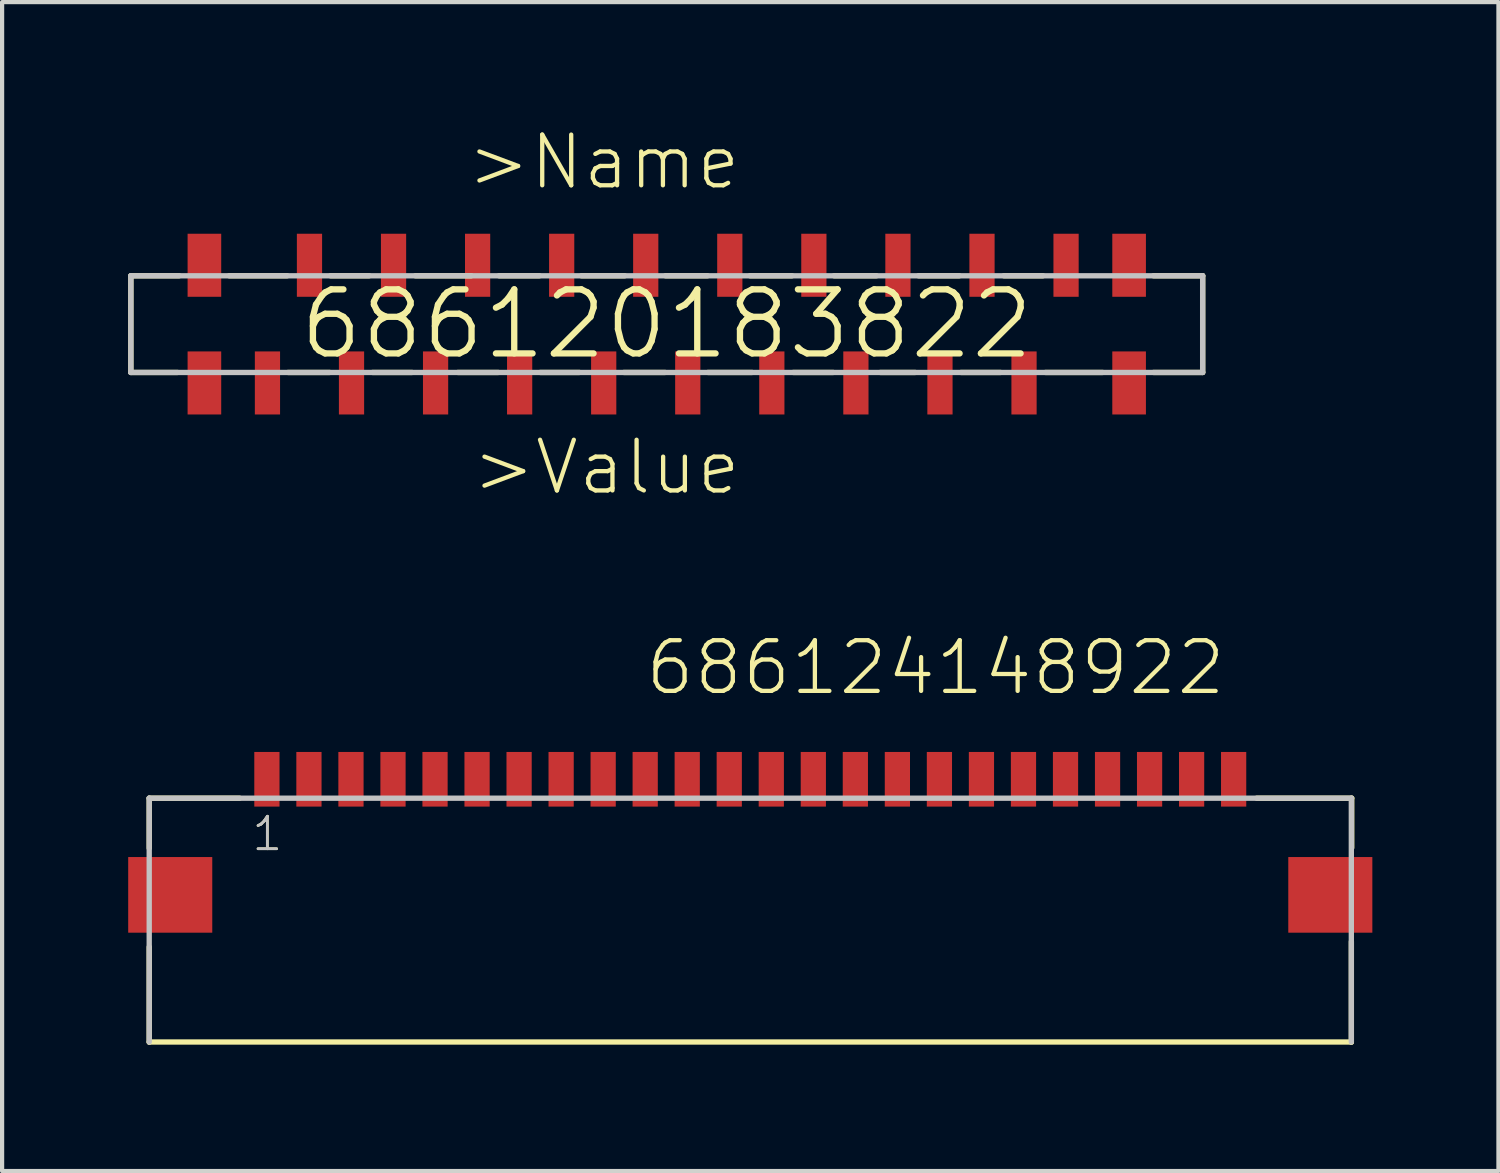
<source format=kicad_pcb>
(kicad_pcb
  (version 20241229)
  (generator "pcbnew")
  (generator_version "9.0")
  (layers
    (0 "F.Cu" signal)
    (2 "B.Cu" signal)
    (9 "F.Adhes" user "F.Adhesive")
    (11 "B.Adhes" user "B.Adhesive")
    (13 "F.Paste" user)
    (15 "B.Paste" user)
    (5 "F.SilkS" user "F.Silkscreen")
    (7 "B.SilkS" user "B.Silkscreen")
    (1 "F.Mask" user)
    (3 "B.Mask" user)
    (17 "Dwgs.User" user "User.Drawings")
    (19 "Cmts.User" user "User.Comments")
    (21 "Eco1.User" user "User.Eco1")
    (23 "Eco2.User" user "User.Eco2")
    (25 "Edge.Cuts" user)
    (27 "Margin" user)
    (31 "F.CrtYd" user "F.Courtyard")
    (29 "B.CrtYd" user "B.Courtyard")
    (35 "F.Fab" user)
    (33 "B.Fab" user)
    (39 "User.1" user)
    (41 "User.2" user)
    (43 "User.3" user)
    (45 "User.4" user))
  (footprint "686124148922"
    (layer "F.Cu")
    (at 14.8 18.24)
    (property "Reference" "686124148922" (at -2.55 -4.7 0) (layer "F.SilkS") (effects (font (size 1.206 1.206) (thickness 0.102)) (justify left bottom)))
    (attr through_hole)
    (fp_line (start -14.3 -2.3) (end -14.3 -1.11) (stroke (width 0.127) (type solid)) (layer "F.SilkS"))
    (fp_line (start -14.3 1.24) (end -14.3 3.505) (stroke (width 0.127) (type solid)) (layer "F.SilkS"))
    (fp_line (start -12.15 -2.3) (end -14.3 -2.3) (stroke (width 0.127) (type solid)) (layer "F.SilkS"))
    (fp_line (start 12.05 -2.3) (end 14.31 -2.3) (stroke (width 0.127) (type solid)) (layer "F.SilkS"))
    (fp_line (start 14.3 3.5) (end -14.3 3.5) (stroke (width 0.127) (type solid)) (layer "F.SilkS"))
    (fp_line (start 14.301 1.11) (end 14.301 3.507) (stroke (width 0.127) (type solid)) (layer "F.SilkS"))
    (fp_line (start 14.31 -2.3) (end 14.31 -1.12) (stroke (width 0.127) (type solid)) (layer "F.SilkS"))
    (fp_line (start -14.3 -2.3) (end 14.3 -2.3) (stroke (width 0.127) (type solid)) (layer "Dwgs.User"))
    (fp_line (start -14.3 3.5) (end -14.3 -2.3) (stroke (width 0.127) (type solid)) (layer "Dwgs.User"))
    (fp_line (start 14.3 -2.3) (end 14.3 3.5) (stroke (width 0.127) (type solid)) (layer "Dwgs.User"))
    (fp_text user "1" (at -11.9 -1 0) (layer "F.SilkS") (effects (font (size 0.772 0.772) (thickness 0.065)) (justify left bottom)))
    (fp_text user "1" (at -11.9 -1 0) (layer "Dwgs.User") (effects (font (size 0.772 0.772) (thickness 0.065)) (justify left bottom)))
    (pad "1" smd rect (at -11.5 -2.75) (size 0.6 1.3) (layers "F.Cu" "F.Mask" "F.Paste"))
    (pad "2" smd rect (at -10.5 -2.75) (size 0.6 1.3) (layers "F.Cu" "F.Mask" "F.Paste"))
    (pad "3" smd rect (at -9.5 -2.75) (size 0.6 1.3) (layers "F.Cu" "F.Mask" "F.Paste"))
    (pad "4" smd rect (at -8.5 -2.75) (size 0.6 1.3) (layers "F.Cu" "F.Mask" "F.Paste"))
    (pad "5" smd rect (at -7.5 -2.75) (size 0.6 1.3) (layers "F.Cu" "F.Mask" "F.Paste"))
    (pad "6" smd rect (at -6.5 -2.75) (size 0.6 1.3) (layers "F.Cu" "F.Mask" "F.Paste"))
    (pad "7" smd rect (at -5.5 -2.75) (size 0.6 1.3) (layers "F.Cu" "F.Mask" "F.Paste"))
    (pad "8" smd rect (at -4.5 -2.75) (size 0.6 1.3) (layers "F.Cu" "F.Mask" "F.Paste"))
    (pad "9" smd rect (at -3.5 -2.75) (size 0.6 1.3) (layers "F.Cu" "F.Mask" "F.Paste"))
    (pad "10" smd rect (at -2.5 -2.75) (size 0.6 1.3) (layers "F.Cu" "F.Mask" "F.Paste"))
    (pad "11" smd rect (at -1.5 -2.75) (size 0.6 1.3) (layers "F.Cu" "F.Mask" "F.Paste"))
    (pad "12" smd rect (at -0.5 -2.75) (size 0.6 1.3) (layers "F.Cu" "F.Mask" "F.Paste"))
    (pad "13" smd rect (at 0.5 -2.75) (size 0.6 1.3) (layers "F.Cu" "F.Mask" "F.Paste"))
    (pad "14" smd rect (at 1.5 -2.75) (size 0.6 1.3) (layers "F.Cu" "F.Mask" "F.Paste"))
    (pad "15" smd rect (at 2.5 -2.75) (size 0.6 1.3) (layers "F.Cu" "F.Mask" "F.Paste"))
    (pad "16" smd rect (at 3.5 -2.75) (size 0.6 1.3) (layers "F.Cu" "F.Mask" "F.Paste"))
    (pad "17" smd rect (at 4.5 -2.75) (size 0.6 1.3) (layers "F.Cu" "F.Mask" "F.Paste"))
    (pad "18" smd rect (at 5.5 -2.75) (size 0.6 1.3) (layers "F.Cu" "F.Mask" "F.Paste"))
    (pad "19" smd rect (at 6.5 -2.75) (size 0.6 1.3) (layers "F.Cu" "F.Mask" "F.Paste"))
    (pad "20" smd rect (at 7.5 -2.75) (size 0.6 1.3) (layers "F.Cu" "F.Mask" "F.Paste"))
    (pad "21" smd rect (at 8.5 -2.75) (size 0.6 1.3) (layers "F.Cu" "F.Mask" "F.Paste"))
    (pad "22" smd rect (at 9.5 -2.75) (size 0.6 1.3) (layers "F.Cu" "F.Mask" "F.Paste"))
    (pad "23" smd rect (at 10.5 -2.75) (size 0.6 1.3) (layers "F.Cu" "F.Mask" "F.Paste"))
    (pad "24" smd rect (at 11.5 -2.75) (size 0.6 1.3) (layers "F.Cu" "F.Mask" "F.Paste"))
    (pad "Z1" smd rect (at -13.8 0) (size 2 1.8) (layers "F.Cu" "F.Mask" "F.Paste"))
    (pad "Z2" smd rect (at 13.8 0) (size 2 1.8) (layers "F.Cu" "F.Mask" "F.Paste")))
  (footprint "686120183822"
    (layer "F.Cu")
    (at 12.813 4.661)
    (property "Reference" "686120183822" (at 0 0 0) (layer "F.SilkS") (effects (font (size 1.524 1.524) (thickness 0.15))))
    (attr through_hole)
    (fp_line (start -12.75 -1.15) (end -12.75 1.15) (stroke (width 0.127) (type solid)) (layer "F.SilkS"))
    (fp_line (start -12.75 1.15) (end -11.64 1.15) (stroke (width 0.127) (type solid)) (layer "F.SilkS"))
    (fp_line (start -11.6 -1.15) (end -12.75 -1.15) (stroke (width 0.127) (type solid)) (layer "F.SilkS"))
    (fp_line (start -10.41 -1.15) (end -9.03 -1.15) (stroke (width 0.127) (type solid)) (layer "F.SilkS"))
    (fp_line (start -9.01 1.15) (end -8.02 1.15) (stroke (width 0.127) (type solid)) (layer "F.SilkS"))
    (fp_line (start -8 -1.15) (end -7.08 -1.15) (stroke (width 0.127) (type solid)) (layer "F.SilkS"))
    (fp_line (start -7 1.15) (end -6.06 1.15) (stroke (width 0.127) (type solid)) (layer "F.SilkS"))
    (fp_line (start -5.98 -1.15) (end -4.65 -1.15) (stroke (width 0.127) (type solid)) (layer "F.SilkS"))
    (fp_line (start -4.97 1.15) (end -4.01 1.15) (stroke (width 0.127) (type solid)) (layer "F.SilkS"))
    (fp_line (start -3.99 -1.15) (end -3.03 -1.15) (stroke (width 0.127) (type solid)) (layer "F.SilkS"))
    (fp_line (start -3.01 1.15) (end -2.08 1.15) (stroke (width 0.127) (type solid)) (layer "F.SilkS"))
    (fp_line (start -2.03 -1.15) (end -1 -1.15) (stroke (width 0.127) (type solid)) (layer "F.SilkS"))
    (fp_line (start -1.02 1.15) (end -0.04 1.15) (stroke (width 0.127) (type solid)) (layer "F.SilkS"))
    (fp_line (start -0.03 -1.15) (end 0.97 -1.15) (stroke (width 0.127) (type solid)) (layer "F.SilkS"))
    (fp_line (start 0.98 1.15) (end 2.03 1.15) (stroke (width 0.127) (type solid)) (layer "F.SilkS"))
    (fp_line (start 1.98 -1.15) (end 2.98 -1.15) (stroke (width 0.127) (type solid)) (layer "F.SilkS"))
    (fp_line (start 3.01 1.15) (end 3.96 1.15) (stroke (width 0.127) (type solid)) (layer "F.SilkS"))
    (fp_line (start 3.98 -1.15) (end 4.99 -1.15) (stroke (width 0.127) (type solid)) (layer "F.SilkS"))
    (fp_line (start 5.08 1.15) (end 5.91 1.15) (stroke (width 0.127) (type solid)) (layer "F.SilkS"))
    (fp_line (start 5.99 -1.15) (end 6.96 -1.15) (stroke (width 0.127) (type solid)) (layer "F.SilkS"))
    (fp_line (start 7 1.15) (end 7.94 1.15) (stroke (width 0.127) (type solid)) (layer "F.SilkS"))
    (fp_line (start 8.02 -1.15) (end 8.95 -1.15) (stroke (width 0.127) (type solid)) (layer "F.SilkS"))
    (fp_line (start 9.01 1.15) (end 10.37 1.15) (stroke (width 0.127) (type solid)) (layer "F.SilkS"))
    (fp_line (start 11.58 -1.15) (end 12.75 -1.15) (stroke (width 0.127) (type solid)) (layer "F.SilkS"))
    (fp_line (start 11.58 1.15) (end 12.75 1.15) (stroke (width 0.127) (type solid)) (layer "F.SilkS"))
    (fp_line (start 12.75 -1.15) (end 12.75 1.15) (stroke (width 0.127) (type solid)) (layer "F.SilkS"))
    (fp_line (start -12.75 -1.15) (end 12.75 -1.15) (stroke (width 0.127) (type solid)) (layer "Dwgs.User"))
    (fp_line (start -12.75 1.15) (end -12.75 -1.15) (stroke (width 0.127) (type solid)) (layer "Dwgs.User"))
    (fp_line (start 12.75 -1.15) (end 12.75 1.15) (stroke (width 0.127) (type solid)) (layer "Dwgs.User"))
    (fp_line (start 12.75 1.15) (end -12.75 1.15) (stroke (width 0.127) (type solid)) (layer "Dwgs.User"))
    (fp_text user ">Name" (at -4.81 -3.15 0) (layer "F.SilkS") (effects (font (size 1.206 1.206) (thickness 0.102)) (justify left bottom)))
    (fp_text user ">Value" (at -4.69 4.11 0) (layer "F.SilkS") (effects (font (size 1.206 1.206) (thickness 0.102)) (justify left bottom)))
    (pad "1" smd rect (at -9.5 1.4 90) (size 1.5 0.6) (layers "F.Cu" "F.Mask" "F.Paste"))
    (pad "2" smd rect (at -8.5 -1.4 90) (size 1.5 0.6) (layers "F.Cu" "F.Mask" "F.Paste"))
    (pad "3" smd rect (at -7.5 1.4 90) (size 1.5 0.6) (layers "F.Cu" "F.Mask" "F.Paste"))
    (pad "4" smd rect (at -6.5 -1.4 90) (size 1.5 0.6) (layers "F.Cu" "F.Mask" "F.Paste"))
    (pad "5" smd rect (at -5.5 1.4 90) (size 1.5 0.6) (layers "F.Cu" "F.Mask" "F.Paste"))
    (pad "6" smd rect (at -4.5 -1.4 90) (size 1.5 0.6) (layers "F.Cu" "F.Mask" "F.Paste"))
    (pad "7" smd rect (at -3.5 1.4 90) (size 1.5 0.6) (layers "F.Cu" "F.Mask" "F.Paste"))
    (pad "8" smd rect (at -2.5 -1.4 90) (size 1.5 0.6) (layers "F.Cu" "F.Mask" "F.Paste"))
    (pad "9" smd rect (at -1.5 1.4 90) (size 1.5 0.6) (layers "F.Cu" "F.Mask" "F.Paste"))
    (pad "10" smd rect (at -0.5 -1.4 90) (size 1.5 0.6) (layers "F.Cu" "F.Mask" "F.Paste"))
    (pad "11" smd rect (at 0.5 1.4 90) (size 1.5 0.6) (layers "F.Cu" "F.Mask" "F.Paste"))
    (pad "12" smd rect (at 1.5 -1.4 90) (size 1.5 0.6) (layers "F.Cu" "F.Mask" "F.Paste"))
    (pad "13" smd rect (at 2.5 1.4 90) (size 1.5 0.6) (layers "F.Cu" "F.Mask" "F.Paste"))
    (pad "14" smd rect (at 3.5 -1.4 90) (size 1.5 0.6) (layers "F.Cu" "F.Mask" "F.Paste"))
    (pad "15" smd rect (at 4.5 1.4 90) (size 1.5 0.6) (layers "F.Cu" "F.Mask" "F.Paste"))
    (pad "16" smd rect (at 5.5 -1.4 90) (size 1.5 0.6) (layers "F.Cu" "F.Mask" "F.Paste"))
    (pad "17" smd rect (at 6.5 1.4 90) (size 1.5 0.6) (layers "F.Cu" "F.Mask" "F.Paste"))
    (pad "18" smd rect (at 7.5 -1.4 90) (size 1.5 0.6) (layers "F.Cu" "F.Mask" "F.Paste"))
    (pad "19" smd rect (at 8.5 1.4 90) (size 1.5 0.6) (layers "F.Cu" "F.Mask" "F.Paste"))
    (pad "20" smd rect (at 9.5 -1.4 90) (size 1.5 0.6) (layers "F.Cu" "F.Mask" "F.Paste"))
    (pad "Z1" smd rect (at -11 1.4 90) (size 1.5 0.8) (layers "F.Cu" "F.Mask" "F.Paste"))
    (pad "Z2" smd rect (at 11 1.4 90) (size 1.5 0.8) (layers "F.Cu" "F.Mask" "F.Paste"))
    (pad "Z3" smd rect (at 11 -1.4 90) (size 1.5 0.8) (layers "F.Cu" "F.Mask" "F.Paste"))
    (pad "Z4" smd rect (at -11 -1.4 90) (size 1.5 0.8) (layers "F.Cu" "F.Mask" "F.Paste")))
  (gr_rect
    (start -3 -3)
    (end 32.6 24.81)
    (stroke (width 0.1) (type default))
    (fill no)
    (layer "Edge.Cuts")))
</source>
